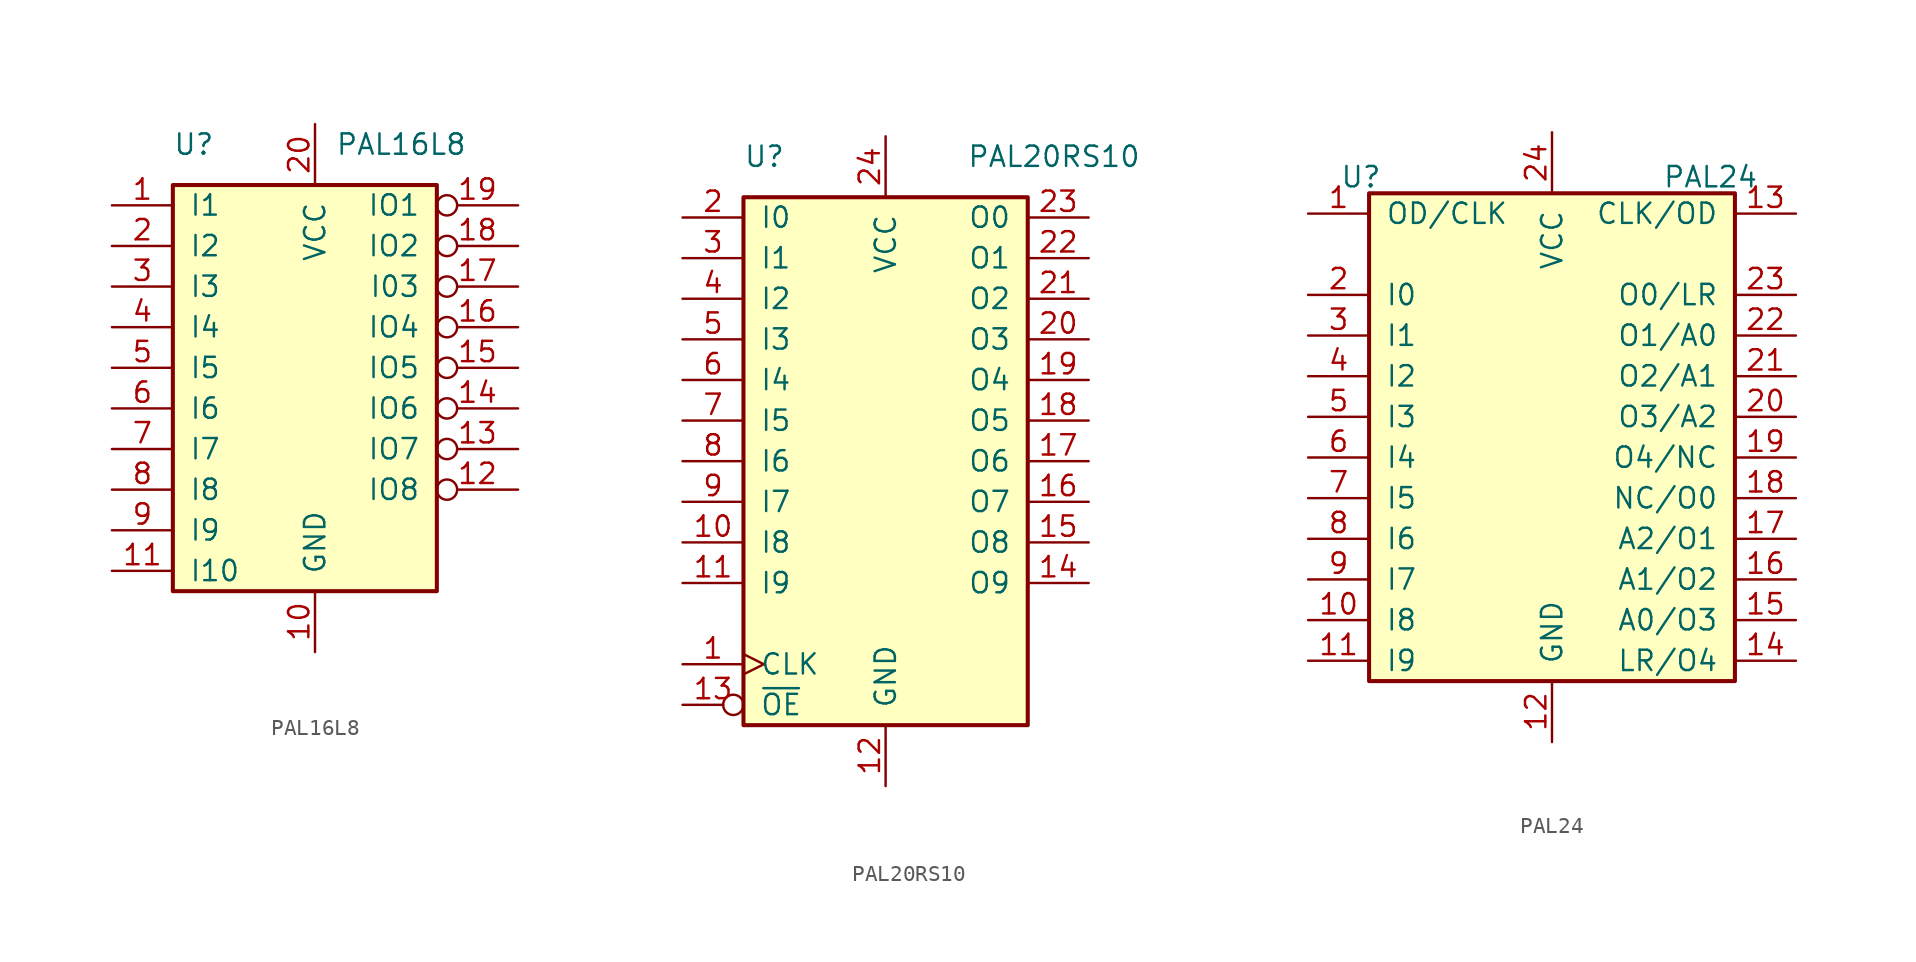
<source format=kicad_sym>
(kicad_symbol_lib
  (version 20211014)
  (generator kicad_symbol_editor)
  (symbol "PAL16L8"
    (pin_names
      (offset 1.016))
    (property "Reference" "U"
      (at -8.89 16.51 0)
      (effects (font (size 1.27 1.27)) (justify left)))
    (property "Value" "PAL16L8"
      (at 1.27 16.51 0)
      (effects (font (size 1.27 1.27)) (justify left)))
    (symbol "PAL16L8_0_0"
      (pin power_in line (at 0 -15.24 90) (length 3.81) (name "GND" (effects (font (size 1.27 1.27)))) (number "10" (effects (font (size 1.27 1.27)))))
      (pin power_in line (at 0 17.78 270) (length 3.81) (name "VCC" (effects (font (size 1.27 1.27)))) (number "20" (effects (font (size 1.27 1.27))))))
    (symbol "PAL16L8_0_1"
      (rectangle (start -8.89 13.97) (end 7.62 -11.43) (stroke (width 0.254) (type default) (color 0 0 0 0)) (fill (type background))))
    (symbol "PAL16L8_1_1"
      (pin input line (at -12.7 12.7 0) (length 3.81) (name "I1" (effects (font (size 1.27 1.27)))) (number "1" (effects (font (size 1.27 1.27)))))
      (pin input line (at -12.7 -10.16 0) (length 3.81) (name "I10" (effects (font (size 1.27 1.27)))) (number "11" (effects (font (size 1.27 1.27)))))
      (pin tri_state inverted (at 12.7 -5.08 180) (length 5.08) (name "IO8" (effects (font (size 1.27 1.27)))) (number "12" (effects (font (size 1.27 1.27)))))
      (pin tri_state inverted (at 12.7 -2.54 180) (length 5.08) (name "IO7" (effects (font (size 1.27 1.27)))) (number "13" (effects (font (size 1.27 1.27)))))
      (pin tri_state inverted (at 12.7 0 180) (length 5.08) (name "IO6" (effects (font (size 1.27 1.27)))) (number "14" (effects (font (size 1.27 1.27)))))
      (pin tri_state inverted (at 12.7 2.54 180) (length 5.08) (name "IO5" (effects (font (size 1.27 1.27)))) (number "15" (effects (font (size 1.27 1.27)))))
      (pin tri_state inverted (at 12.7 5.08 180) (length 5.08) (name "IO4" (effects (font (size 1.27 1.27)))) (number "16" (effects (font (size 1.27 1.27)))))
      (pin tri_state inverted (at 12.7 7.62 180) (length 5.08) (name "I03" (effects (font (size 1.27 1.27)))) (number "17" (effects (font (size 1.27 1.27)))))
      (pin tri_state inverted (at 12.7 10.16 180) (length 5.08) (name "IO2" (effects (font (size 1.27 1.27)))) (number "18" (effects (font (size 1.27 1.27)))))
      (pin tri_state inverted (at 12.7 12.7 180) (length 5.08) (name "IO1" (effects (font (size 1.27 1.27)))) (number "19" (effects (font (size 1.27 1.27)))))
      (pin input line (at -12.7 10.16 0) (length 3.81) (name "I2" (effects (font (size 1.27 1.27)))) (number "2" (effects (font (size 1.27 1.27)))))
      (pin input line (at -12.7 7.62 0) (length 3.81) (name "I3" (effects (font (size 1.27 1.27)))) (number "3" (effects (font (size 1.27 1.27)))))
      (pin input line (at -12.7 5.08 0) (length 3.81) (name "I4" (effects (font (size 1.27 1.27)))) (number "4" (effects (font (size 1.27 1.27)))))
      (pin input line (at -12.7 2.54 0) (length 3.81) (name "I5" (effects (font (size 1.27 1.27)))) (number "5" (effects (font (size 1.27 1.27)))))
      (pin input line (at -12.7 0 0) (length 3.81) (name "I6" (effects (font (size 1.27 1.27)))) (number "6" (effects (font (size 1.27 1.27)))))
      (pin input line (at -12.7 -2.54 0) (length 3.81) (name "I7" (effects (font (size 1.27 1.27)))) (number "7" (effects (font (size 1.27 1.27)))))
      (pin input line (at -12.7 -5.08 0) (length 3.81) (name "I8" (effects (font (size 1.27 1.27)))) (number "8" (effects (font (size 1.27 1.27)))))
      (pin input line (at -12.7 -7.62 0) (length 3.81) (name "I9" (effects (font (size 1.27 1.27)))) (number "9" (effects (font (size 1.27 1.27)))))))
  (symbol "PAL20RS10"
    (pin_names
      (offset 1.016))
    (property "Reference" "U"
      (at -8.89 19.05 0)
      (effects (font (size 1.27 1.27)) (justify left)))
    (property "Value" "PAL20RS10"
      (at 5.08 19.05 0)
      (effects (font (size 1.27 1.27)) (justify left)))
    (symbol "PAL20RS10_0_1"
      (rectangle (start -8.89 -16.51) (end 8.89 16.51) (stroke (width 0.254) (type default) (color 0 0 0 0)) (fill (type background))))
    (symbol "PAL20RS10_1_1"
      (pin input clock (at -12.7 -12.7 0) (length 3.81) (name "CLK" (effects (font (size 1.27 1.27)))) (number "1" (effects (font (size 1.27 1.27)))))
      (pin input line (at -12.7 -5.08 0) (length 3.81) (name "I8" (effects (font (size 1.27 1.27)))) (number "10" (effects (font (size 1.27 1.27)))))
      (pin input line (at -12.7 -7.62 0) (length 3.81) (name "I9" (effects (font (size 1.27 1.27)))) (number "11" (effects (font (size 1.27 1.27)))))
      (pin power_in line (at 0 -20.32 90) (length 3.81) (name "GND" (effects (font (size 1.27 1.27)))) (number "12" (effects (font (size 1.27 1.27)))))
      (pin input inverted (at -12.7 -15.24 0) (length 3.81) (name "~{OE}" (effects (font (size 1.27 1.27)))) (number "13" (effects (font (size 1.27 1.27)))))
      (pin output line (at 12.7 -7.62 180) (length 3.81) (name "O9" (effects (font (size 1.27 1.27)))) (number "14" (effects (font (size 1.27 1.27)))))
      (pin output line (at 12.7 -5.08 180) (length 3.81) (name "O8" (effects (font (size 1.27 1.27)))) (number "15" (effects (font (size 1.27 1.27)))))
      (pin output line (at 12.7 -2.54 180) (length 3.81) (name "O7" (effects (font (size 1.27 1.27)))) (number "16" (effects (font (size 1.27 1.27)))))
      (pin output line (at 12.7 0 180) (length 3.81) (name "O6" (effects (font (size 1.27 1.27)))) (number "17" (effects (font (size 1.27 1.27)))))
      (pin output line (at 12.7 2.54 180) (length 3.81) (name "O5" (effects (font (size 1.27 1.27)))) (number "18" (effects (font (size 1.27 1.27)))))
      (pin output line (at 12.7 5.08 180) (length 3.81) (name "O4" (effects (font (size 1.27 1.27)))) (number "19" (effects (font (size 1.27 1.27)))))
      (pin input line (at -12.7 15.24 0) (length 3.81) (name "I0" (effects (font (size 1.27 1.27)))) (number "2" (effects (font (size 1.27 1.27)))))
      (pin output line (at 12.7 7.62 180) (length 3.81) (name "O3" (effects (font (size 1.27 1.27)))) (number "20" (effects (font (size 1.27 1.27)))))
      (pin output line (at 12.7 10.16 180) (length 3.81) (name "O2" (effects (font (size 1.27 1.27)))) (number "21" (effects (font (size 1.27 1.27)))))
      (pin output line (at 12.7 12.7 180) (length 3.81) (name "O1" (effects (font (size 1.27 1.27)))) (number "22" (effects (font (size 1.27 1.27)))))
      (pin output line (at 12.7 15.24 180) (length 3.81) (name "O0" (effects (font (size 1.27 1.27)))) (number "23" (effects (font (size 1.27 1.27)))))
      (pin power_in line (at 0 20.32 270) (length 3.81) (name "VCC" (effects (font (size 1.27 1.27)))) (number "24" (effects (font (size 1.27 1.27)))))
      (pin input line (at -12.7 12.7 0) (length 3.81) (name "I1" (effects (font (size 1.27 1.27)))) (number "3" (effects (font (size 1.27 1.27)))))
      (pin input line (at -12.7 10.16 0) (length 3.81) (name "I2" (effects (font (size 1.27 1.27)))) (number "4" (effects (font (size 1.27 1.27)))))
      (pin input line (at -12.7 7.62 0) (length 3.81) (name "I3" (effects (font (size 1.27 1.27)))) (number "5" (effects (font (size 1.27 1.27)))))
      (pin input line (at -12.7 5.08 0) (length 3.81) (name "I4" (effects (font (size 1.27 1.27)))) (number "6" (effects (font (size 1.27 1.27)))))
      (pin input line (at -12.7 2.54 0) (length 3.81) (name "I5" (effects (font (size 1.27 1.27)))) (number "7" (effects (font (size 1.27 1.27)))))
      (pin input line (at -12.7 0 0) (length 3.81) (name "I6" (effects (font (size 1.27 1.27)))) (number "8" (effects (font (size 1.27 1.27)))))
      (pin input line (at -12.7 -2.54 0) (length 3.81) (name "I7" (effects (font (size 1.27 1.27)))) (number "9" (effects (font (size 1.27 1.27)))))))
  (symbol "PAL24"
    (pin_names
      (offset 1.016))
    (property "Reference" "U"
      (at -11.938 17.526 0)
      (effects (font (size 1.27 1.27))))
    (property "Value" "PAL24"
      (at 9.906 17.526 0)
      (effects (font (size 1.27 1.27))))
    (symbol "PAL24_0_1"
      (rectangle (start -11.43 -13.97) (end 11.43 16.51) (stroke (width 0.254) (type default) (color 0 0 0 0)) (fill (type background))))
    (symbol "PAL24_1_1"
      (pin passive line (at -15.24 15.24 0) (length 3.81) (name "OD/CLK" (effects (font (size 1.27 1.27)))) (number "1" (effects (font (size 1.27 1.27)))))
      (pin passive line (at -15.24 -10.16 0) (length 3.81) (name "I8" (effects (font (size 1.27 1.27)))) (number "10" (effects (font (size 1.27 1.27)))))
      (pin passive line (at -15.24 -12.7 0) (length 3.81) (name "I9" (effects (font (size 1.27 1.27)))) (number "11" (effects (font (size 1.27 1.27)))))
      (pin passive line (at 0 -17.78 90) (length 3.81) (name "GND" (effects (font (size 1.27 1.27)))) (number "12" (effects (font (size 1.27 1.27)))))
      (pin passive line (at 15.24 15.24 180) (length 3.81) (name "CLK/OD" (effects (font (size 1.27 1.27)))) (number "13" (effects (font (size 1.27 1.27)))))
      (pin passive line (at 15.24 -12.7 180) (length 3.81) (name "LR/O4" (effects (font (size 1.27 1.27)))) (number "14" (effects (font (size 1.27 1.27)))))
      (pin passive line (at 15.24 -10.16 180) (length 3.81) (name "A0/O3" (effects (font (size 1.27 1.27)))) (number "15" (effects (font (size 1.27 1.27)))))
      (pin passive line (at 15.24 -7.62 180) (length 3.81) (name "A1/O2" (effects (font (size 1.27 1.27)))) (number "16" (effects (font (size 1.27 1.27)))))
      (pin passive line (at 15.24 -5.08 180) (length 3.81) (name "A2/O1" (effects (font (size 1.27 1.27)))) (number "17" (effects (font (size 1.27 1.27)))))
      (pin passive line (at 15.24 -2.54 180) (length 3.81) (name "NC/O0" (effects (font (size 1.27 1.27)))) (number "18" (effects (font (size 1.27 1.27)))))
      (pin passive line (at 15.24 0 180) (length 3.81) (name "O4/NC" (effects (font (size 1.27 1.27)))) (number "19" (effects (font (size 1.27 1.27)))))
      (pin passive line (at -15.24 10.16 0) (length 3.81) (name "I0" (effects (font (size 1.27 1.27)))) (number "2" (effects (font (size 1.27 1.27)))))
      (pin passive line (at 15.24 2.54 180) (length 3.81) (name "O3/A2" (effects (font (size 1.27 1.27)))) (number "20" (effects (font (size 1.27 1.27)))))
      (pin passive line (at 15.24 5.08 180) (length 3.81) (name "O2/A1" (effects (font (size 1.27 1.27)))) (number "21" (effects (font (size 1.27 1.27)))))
      (pin passive line (at 15.24 7.62 180) (length 3.81) (name "O1/A0" (effects (font (size 1.27 1.27)))) (number "22" (effects (font (size 1.27 1.27)))))
      (pin passive line (at 15.24 10.16 180) (length 3.81) (name "O0/LR" (effects (font (size 1.27 1.27)))) (number "23" (effects (font (size 1.27 1.27)))))
      (pin passive line (at 0 20.32 270) (length 3.81) (name "VCC" (effects (font (size 1.27 1.27)))) (number "24" (effects (font (size 1.27 1.27)))))
      (pin passive line (at -15.24 7.62 0) (length 3.81) (name "I1" (effects (font (size 1.27 1.27)))) (number "3" (effects (font (size 1.27 1.27)))))
      (pin passive line (at -15.24 5.08 0) (length 3.81) (name "I2" (effects (font (size 1.27 1.27)))) (number "4" (effects (font (size 1.27 1.27)))))
      (pin passive line (at -15.24 2.54 0) (length 3.81) (name "I3" (effects (font (size 1.27 1.27)))) (number "5" (effects (font (size 1.27 1.27)))))
      (pin passive line (at -15.24 0 0) (length 3.81) (name "I4" (effects (font (size 1.27 1.27)))) (number "6" (effects (font (size 1.27 1.27)))))
      (pin passive line (at -15.24 -2.54 0) (length 3.81) (name "I5" (effects (font (size 1.27 1.27)))) (number "7" (effects (font (size 1.27 1.27)))))
      (pin passive line (at -15.24 -5.08 0) (length 3.81) (name "I6" (effects (font (size 1.27 1.27)))) (number "8" (effects (font (size 1.27 1.27)))))
      (pin passive line (at -15.24 -7.62 0) (length 3.81) (name "I7" (effects (font (size 1.27 1.27)))) (number "9" (effects (font (size 1.27 1.27))))))))
</source>
